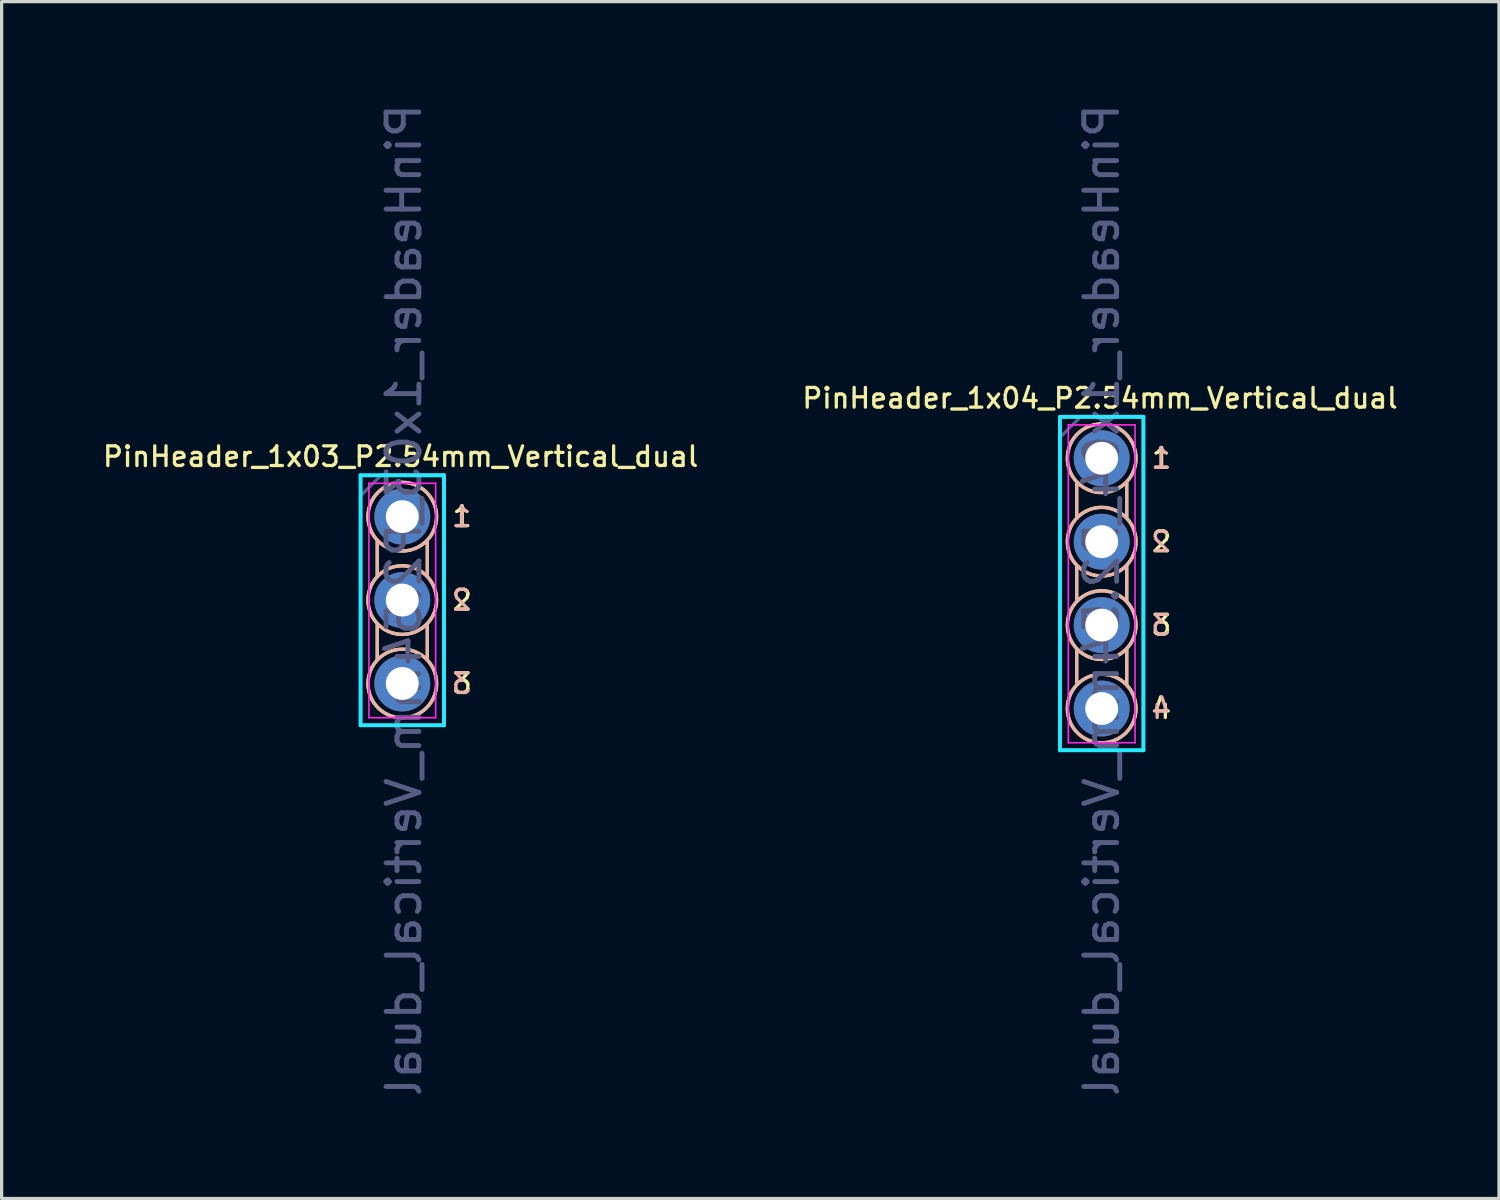
<source format=kicad_pcb>
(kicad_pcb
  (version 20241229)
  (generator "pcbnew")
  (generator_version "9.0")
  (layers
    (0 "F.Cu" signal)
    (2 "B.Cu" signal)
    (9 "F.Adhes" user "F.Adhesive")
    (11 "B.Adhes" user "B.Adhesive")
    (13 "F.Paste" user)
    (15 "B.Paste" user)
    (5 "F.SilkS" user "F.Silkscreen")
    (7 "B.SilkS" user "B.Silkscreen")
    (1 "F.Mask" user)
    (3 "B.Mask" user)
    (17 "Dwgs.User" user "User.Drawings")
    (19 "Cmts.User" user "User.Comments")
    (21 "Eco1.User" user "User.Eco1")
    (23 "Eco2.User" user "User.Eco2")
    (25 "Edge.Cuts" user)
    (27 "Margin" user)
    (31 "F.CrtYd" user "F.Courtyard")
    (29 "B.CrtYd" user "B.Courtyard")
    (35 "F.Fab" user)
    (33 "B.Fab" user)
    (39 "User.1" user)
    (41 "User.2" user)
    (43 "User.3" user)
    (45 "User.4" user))
  (footprint "PinHeader_1x04_P2.54mm_Vertical_dual"
    (layer "F.Cu")
    (at 30.492 10.902)
    (property "Reference" "PinHeader_1x04_P2.54mm_Vertical_dual" (at -0.051 -1.829 0) (layer "F.SilkS") (effects (font (size 0.6 0.6) (thickness 0.1))))
    (attr through_hole)
    (fp_line (start -0.762 0.762) (end -0.762 1.778) (stroke (width 0.1) (type solid)) (layer "F.SilkS"))
    (fp_line (start -0.762 3.302) (end -0.762 4.318) (stroke (width 0.1) (type solid)) (layer "F.SilkS"))
    (fp_line (start -0.762 5.842) (end -0.762 6.858) (stroke (width 0.1) (type solid)) (layer "F.SilkS"))
    (fp_line (start 0.762 0.762) (end 0.762 1.778) (stroke (width 0.1) (type solid)) (layer "F.SilkS"))
    (fp_line (start 0.762 3.302) (end 0.762 4.318) (stroke (width 0.1) (type solid)) (layer "F.SilkS"))
    (fp_line (start 0.762 5.842) (end 0.762 6.858) (stroke (width 0.1) (type solid)) (layer "F.SilkS"))
    (fp_circle (center 0 0) (end 0.813 0.66) (stroke (width 0.1) (type solid)) (fill no) (layer "F.SilkS"))
    (fp_circle (center 0 2.54) (end 0.813 3.2) (stroke (width 0.1) (type solid)) (fill no) (layer "F.SilkS"))
    (fp_circle (center 0 5.08) (end 0.813 5.74) (stroke (width 0.1) (type solid)) (fill no) (layer "F.SilkS"))
    (fp_circle (center 0 7.62) (end 0.813 8.28) (stroke (width 0.1) (type solid)) (fill no) (layer "F.SilkS"))
    (fp_line (start -0.762 0.737) (end -0.762 1.803) (stroke (width 0.1) (type solid)) (layer "B.SilkS"))
    (fp_line (start -0.762 3.277) (end -0.762 4.343) (stroke (width 0.1) (type solid)) (layer "B.SilkS"))
    (fp_line (start -0.762 5.817) (end -0.762 6.883) (stroke (width 0.1) (type solid)) (layer "B.SilkS"))
    (fp_line (start 0.762 0.737) (end 0.762 1.803) (stroke (width 0.1) (type solid)) (layer "B.SilkS"))
    (fp_line (start 0.762 3.277) (end 0.762 4.343) (stroke (width 0.1) (type solid)) (layer "B.SilkS"))
    (fp_line (start 0.762 5.817) (end 0.762 6.883) (stroke (width 0.1) (type solid)) (layer "B.SilkS"))
    (fp_circle (center 0 0) (end 0.025 -1.041) (stroke (width 0.1) (type solid)) (fill no) (layer "B.SilkS"))
    (fp_circle (center 0 2.54) (end 0.025 1.499) (stroke (width 0.1) (type solid)) (fill no) (layer "B.SilkS"))
    (fp_circle (center 0 5.08) (end 0.025 4.039) (stroke (width 0.1) (type solid)) (fill no) (layer "B.SilkS"))
    (fp_circle (center 0 7.62) (end 0.025 6.579) (stroke (width 0.1) (type solid)) (fill no) (layer "B.SilkS"))
    (fp_line (start -1.27 -1.26) (end -1.27 8.89) (stroke (width 0.12) (type solid)) (layer "B.CrtYd"))
    (fp_line (start -1.27 8.89) (end 1.27 8.89) (stroke (width 0.12) (type solid)) (layer "B.CrtYd"))
    (fp_line (start 1.27 -1.26) (end -1.27 -1.26) (stroke (width 0.12) (type solid)) (layer "B.CrtYd"))
    (fp_line (start 1.27 8.89) (end 1.27 -1.26) (stroke (width 0.12) (type solid)) (layer "B.CrtYd"))
    (fp_line (start -1.016 -1.016) (end -1.016 8.661) (stroke (width 0.05) (type solid)) (layer "F.CrtYd"))
    (fp_line (start -1.016 8.661) (end 1.016 8.661) (stroke (width 0.05) (type solid)) (layer "F.CrtYd"))
    (fp_line (start 1.016 -1.016) (end -1.016 -1.016) (stroke (width 0.05) (type solid)) (layer "F.CrtYd"))
    (fp_line (start 1.016 8.661) (end 1.016 -1.016) (stroke (width 0.05) (type solid)) (layer "F.CrtYd"))
    (fp_line (start -1.27 -0.635) (end -0.635 -1.27) (stroke (width 0.1) (type solid)) (layer "B.Fab"))
    (fp_line (start -1.27 8.89) (end -1.27 -0.635) (stroke (width 0.1) (type solid)) (layer "B.Fab"))
    (fp_line (start -0.635 -1.27) (end 1.27 -1.27) (stroke (width 0.1) (type solid)) (layer "B.Fab"))
    (fp_line (start 1.27 -1.27) (end 1.27 8.89) (stroke (width 0.1) (type solid)) (layer "B.Fab"))
    (fp_line (start 1.27 8.89) (end -1.27 8.89) (stroke (width 0.1) (type solid)) (layer "B.Fab"))
    (fp_text user "2" (at 1.473 2.54 0) (layer "F.SilkS") (effects (font (size 0.6 0.6) (thickness 0.1)) (justify left)))
    (fp_text user "4" (at 1.473 7.62 0) (layer "F.SilkS") (effects (font (size 0.6 0.6) (thickness 0.1)) (justify left)))
    (fp_text user "3" (at 1.473 5.08 0) (layer "F.SilkS") (effects (font (size 0.6 0.6) (thickness 0.1)) (justify left)))
    (fp_text user "1" (at 1.473 0 0) (layer "F.SilkS") (effects (font (size 0.6 0.6) (thickness 0.1)) (justify left)))
    (fp_text user "2" (at 1.803 2.54 0) (layer "B.SilkS") (effects (font (size 0.6 0.6) (thickness 0.1)) (justify mirror)))
    (fp_text user "3" (at 1.803 5.08 0) (layer "B.SilkS") (effects (font (size 0.6 0.6) (thickness 0.1)) (justify mirror)))
    (fp_text user "1" (at 1.803 0 0) (layer "B.SilkS") (effects (font (size 0.6 0.6) (thickness 0.1)) (justify mirror)))
    (fp_text user "4" (at 1.803 7.62 0) (layer "B.SilkS") (effects (font (size 0.6 0.6) (thickness 0.1)) (justify mirror)))
    (fp_text user "${REFERENCE}" (at 0 4.318 90) (layer "B.Fab") (effects (font (size 1 1) (thickness 0.15)) (justify mirror)))
    (pad "1" thru_hole circle (at 0 0) (size 1.7 1.7) (drill 1) (layers "*.Cu" "*.Mask"))
    (pad "2" thru_hole oval (at 0 2.54) (size 1.7 1.7) (drill 1) (layers "*.Cu" "*.Mask"))
    (pad "3" thru_hole oval (at 0 5.08) (size 1.7 1.7) (drill 1) (layers "*.Cu" "*.Mask"))
    (pad "4" thru_hole oval (at 0 7.62) (size 1.7 1.7) (drill 1) (layers "*.Cu" "*.Mask")))
  (footprint "PinHeader_1x03_P2.54mm_Vertical_dual"
    (layer "F.Cu")
    (at 9.198 12.68)
    (property "Reference" "PinHeader_1x03_P2.54mm_Vertical_dual" (at -0.051 -1.829 0) (layer "F.SilkS") (effects (font (size 0.6 0.6) (thickness 0.1))))
    (attr through_hole)
    (fp_line (start -0.762 0.762) (end -0.762 1.778) (stroke (width 0.1) (type solid)) (layer "F.SilkS"))
    (fp_line (start -0.762 3.302) (end -0.762 4.318) (stroke (width 0.1) (type solid)) (layer "F.SilkS"))
    (fp_line (start 0.762 0.762) (end 0.762 1.778) (stroke (width 0.1) (type solid)) (layer "F.SilkS"))
    (fp_line (start 0.762 3.302) (end 0.762 4.318) (stroke (width 0.1) (type solid)) (layer "F.SilkS"))
    (fp_circle (center 0 0) (end 0.813 0.66) (stroke (width 0.1) (type solid)) (fill no) (layer "F.SilkS"))
    (fp_circle (center 0 2.54) (end 0.813 3.2) (stroke (width 0.1) (type solid)) (fill no) (layer "F.SilkS"))
    (fp_circle (center 0 5.08) (end 0.813 5.74) (stroke (width 0.1) (type solid)) (fill no) (layer "F.SilkS"))
    (fp_line (start -0.762 0.737) (end -0.762 1.803) (stroke (width 0.1) (type solid)) (layer "B.SilkS"))
    (fp_line (start -0.762 3.277) (end -0.762 4.343) (stroke (width 0.1) (type solid)) (layer "B.SilkS"))
    (fp_line (start 0.762 0.737) (end 0.762 1.803) (stroke (width 0.1) (type solid)) (layer "B.SilkS"))
    (fp_line (start 0.762 3.277) (end 0.762 4.343) (stroke (width 0.1) (type solid)) (layer "B.SilkS"))
    (fp_circle (center 0 0) (end 0.025 -1.041) (stroke (width 0.1) (type solid)) (fill no) (layer "B.SilkS"))
    (fp_circle (center 0 2.54) (end 0.025 1.499) (stroke (width 0.1) (type solid)) (fill no) (layer "B.SilkS"))
    (fp_circle (center 0 5.08) (end 0.025 4.039) (stroke (width 0.1) (type solid)) (fill no) (layer "B.SilkS"))
    (fp_line (start -1.27 -1.26) (end -1.27 6.35) (stroke (width 0.12) (type solid)) (layer "B.CrtYd"))
    (fp_line (start -1.27 6.35) (end 1.27 6.35) (stroke (width 0.12) (type solid)) (layer "B.CrtYd"))
    (fp_line (start 1.27 -1.26) (end -1.27 -1.26) (stroke (width 0.12) (type solid)) (layer "B.CrtYd"))
    (fp_line (start 1.27 6.35) (end 1.27 -1.26) (stroke (width 0.12) (type solid)) (layer "B.CrtYd"))
    (fp_line (start -1.016 -1.016) (end -1.016 6.121) (stroke (width 0.05) (type solid)) (layer "F.CrtYd"))
    (fp_line (start -1.016 6.121) (end 1.016 6.121) (stroke (width 0.05) (type solid)) (layer "F.CrtYd"))
    (fp_line (start 1.016 -1.016) (end -1.016 -1.016) (stroke (width 0.05) (type solid)) (layer "F.CrtYd"))
    (fp_line (start 1.016 6.121) (end 1.016 -1.016) (stroke (width 0.05) (type solid)) (layer "F.CrtYd"))
    (fp_line (start -1.27 -0.635) (end -0.635 -1.27) (stroke (width 0.1) (type solid)) (layer "B.Fab"))
    (fp_line (start -1.27 6.35) (end -1.27 -0.635) (stroke (width 0.1) (type solid)) (layer "B.Fab"))
    (fp_line (start -0.635 -1.27) (end 1.27 -1.27) (stroke (width 0.1) (type solid)) (layer "B.Fab"))
    (fp_line (start 1.27 -1.27) (end 1.27 6.35) (stroke (width 0.1) (type solid)) (layer "B.Fab"))
    (fp_line (start 1.27 6.35) (end -1.27 6.35) (stroke (width 0.1) (type solid)) (layer "B.Fab"))
    (fp_text user "2" (at 1.473 2.54 0) (layer "F.SilkS") (effects (font (size 0.6 0.6) (thickness 0.1)) (justify left)))
    (fp_text user "3" (at 1.473 5.08 0) (layer "F.SilkS") (effects (font (size 0.6 0.6) (thickness 0.1)) (justify left)))
    (fp_text user "1" (at 1.473 0 0) (layer "F.SilkS") (effects (font (size 0.6 0.6) (thickness 0.1)) (justify left)))
    (fp_text user "2" (at 1.803 2.54 0) (layer "B.SilkS") (effects (font (size 0.6 0.6) (thickness 0.1)) (justify mirror)))
    (fp_text user "3" (at 1.803 5.08 0) (layer "B.SilkS") (effects (font (size 0.6 0.6) (thickness 0.1)) (justify mirror)))
    (fp_text user "1" (at 1.803 0 0) (layer "B.SilkS") (effects (font (size 0.6 0.6) (thickness 0.1)) (justify mirror)))
    (fp_text user "${REFERENCE}" (at 0.051 2.54 90) (layer "B.Fab") (effects (font (size 1 1) (thickness 0.15)) (justify mirror)))
    (pad "1" thru_hole circle (at 0 0) (size 1.7 1.7) (drill 1) (layers "*.Cu" "*.Mask"))
    (pad "2" thru_hole oval (at 0 2.54) (size 1.7 1.7) (drill 1) (layers "*.Cu" "*.Mask"))
    (pad "3" thru_hole oval (at 0 5.08) (size 1.7 1.7) (drill 1) (layers "*.Cu" "*.Mask")))
  (gr_rect
    (start -3 -3)
    (end 42.589 33.44)
    (stroke (width 0.1) (type default))
    (fill no)
    (layer "Edge.Cuts")))
</source>
